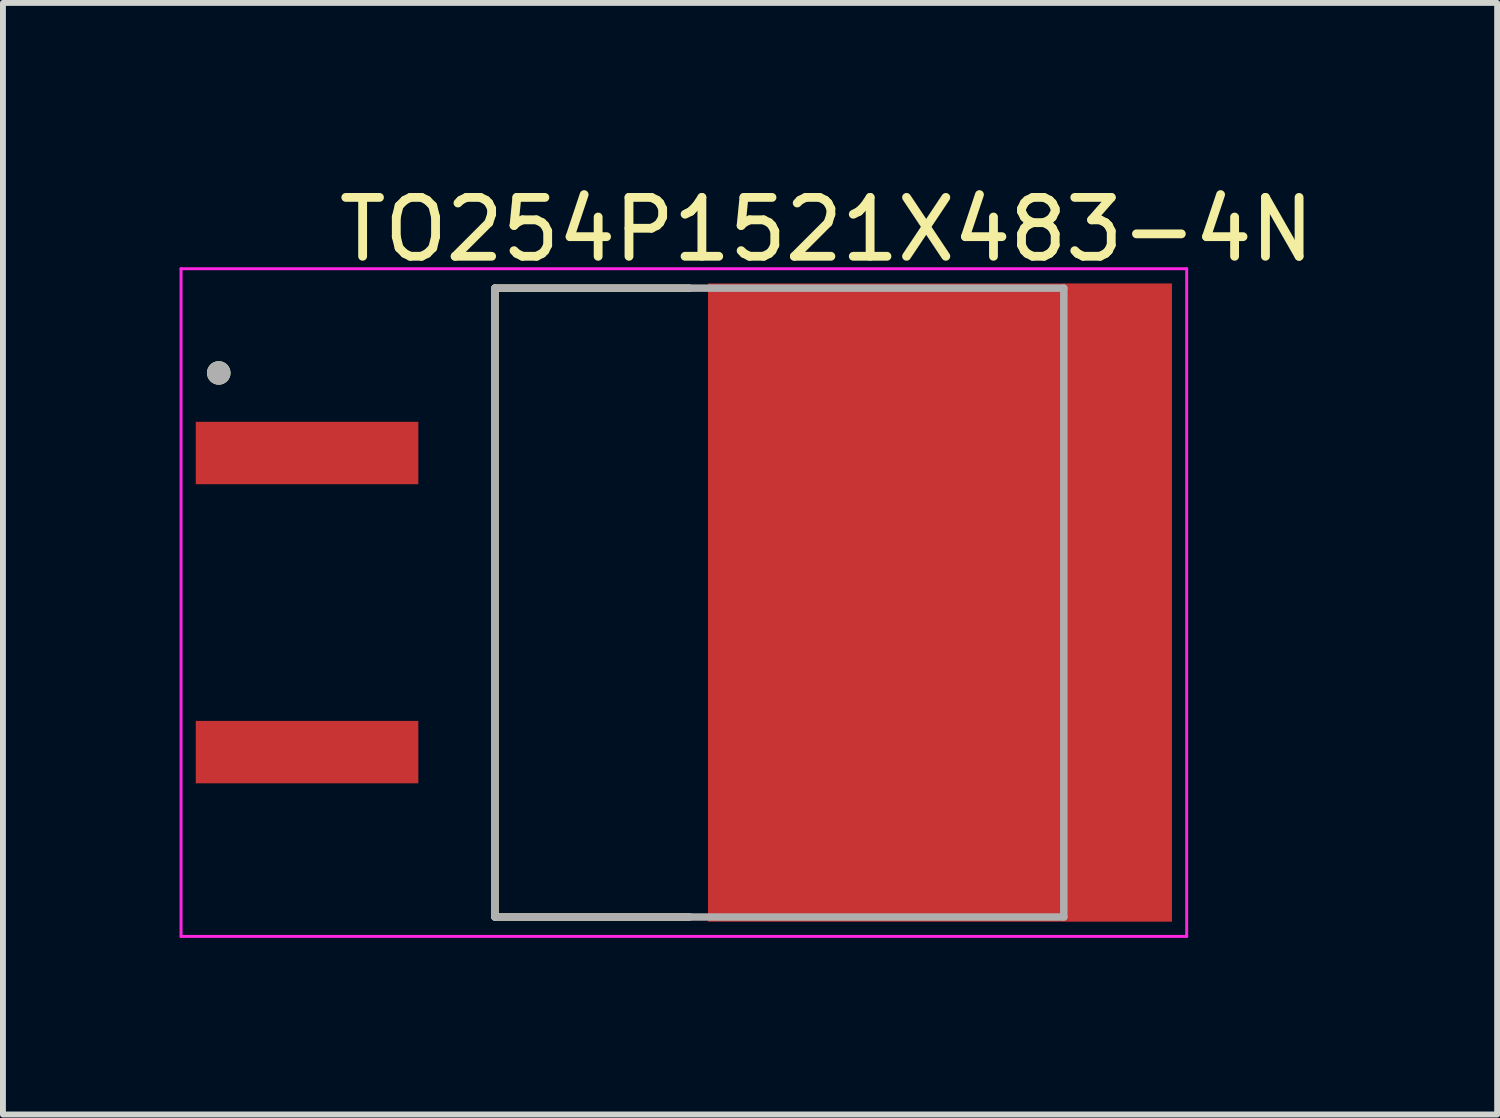
<source format=kicad_pcb>
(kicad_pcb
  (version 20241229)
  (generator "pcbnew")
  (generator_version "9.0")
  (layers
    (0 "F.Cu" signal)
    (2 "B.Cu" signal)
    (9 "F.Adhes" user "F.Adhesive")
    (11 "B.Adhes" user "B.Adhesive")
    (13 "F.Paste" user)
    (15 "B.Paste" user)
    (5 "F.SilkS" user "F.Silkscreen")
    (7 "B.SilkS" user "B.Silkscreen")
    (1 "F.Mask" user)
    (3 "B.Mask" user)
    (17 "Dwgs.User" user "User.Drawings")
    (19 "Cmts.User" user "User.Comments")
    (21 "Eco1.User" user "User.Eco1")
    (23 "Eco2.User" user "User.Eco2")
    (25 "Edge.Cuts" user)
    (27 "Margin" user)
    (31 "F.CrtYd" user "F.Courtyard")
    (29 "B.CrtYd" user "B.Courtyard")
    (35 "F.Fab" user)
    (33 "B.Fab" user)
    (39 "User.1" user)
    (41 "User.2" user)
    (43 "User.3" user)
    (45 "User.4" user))
  (footprint "TO254P1521X483-4N"
    (layer "F.Cu")
    (at 8.565 7.184)
    (property "Reference" "TO254P1521X483-4N" (at 2.425 -6.336 0) (layer "F.SilkS") (effects (font (size 1 1) (thickness 0.15))))
    (attr through_hole)
    (fp_line (start -3.208 -5.34) (end 0.097 -5.34) (stroke (width 0.127) (type solid)) (layer "F.SilkS"))
    (fp_line (start -3.208 5.34) (end -3.208 -5.34) (stroke (width 0.127) (type solid)) (layer "F.SilkS"))
    (fp_line (start -3.208 5.34) (end 0.097 5.34) (stroke (width 0.127) (type solid)) (layer "F.SilkS"))
    (fp_circle (center -7.9 -3.9) (end -7.8 -3.9) (stroke (width 0.2) (type solid)) (fill no) (layer "F.SilkS"))
    (fp_poly (pts (xy 1.56 -3.83) (xy 7.14 -3.83) (xy 7.14 3.83) (xy 1.56 3.83)) (stroke (width 0.01) (type solid)) (fill yes) (layer "F.Paste"))
    (fp_line (start -8.54 -5.67) (end -8.54 5.67) (stroke (width 0.05) (type solid)) (layer "F.CrtYd"))
    (fp_line (start -8.54 5.67) (end 8.54 5.67) (stroke (width 0.05) (type solid)) (layer "F.CrtYd"))
    (fp_line (start 8.54 -5.67) (end -8.54 -5.67) (stroke (width 0.05) (type solid)) (layer "F.CrtYd"))
    (fp_line (start 8.54 5.67) (end 8.54 -5.67) (stroke (width 0.05) (type solid)) (layer "F.CrtYd"))
    (fp_line (start -3.208 -5.34) (end 6.453 -5.34) (stroke (width 0.127) (type solid)) (layer "F.Fab"))
    (fp_line (start -3.208 5.34) (end -3.208 -5.34) (stroke (width 0.127) (type solid)) (layer "F.Fab"))
    (fp_line (start 6.453 -5.34) (end 6.453 5.34) (stroke (width 0.127) (type solid)) (layer "F.Fab"))
    (fp_line (start 6.453 5.34) (end -3.208 5.34) (stroke (width 0.127) (type solid)) (layer "F.Fab"))
    (fp_circle (center -7.9 -3.9) (end -7.8 -3.9) (stroke (width 0.2) (type solid)) (fill no) (layer "F.Fab"))
    (pad "1" smd rect (at -6.4 -2.54) (size 3.78 1.06) (layers "F.Cu" "F.Mask" "F.Paste"))
    (pad "3" smd rect (at -6.4 2.54) (size 3.78 1.06) (layers "F.Cu" "F.Mask" "F.Paste"))
    (pad "4" smd rect (at 4.35 0) (size 7.88 10.84) (layers "F.Cu" "F.Mask")))
  (gr_rect
    (start -3 -3)
    (end 22.378 15.879)
    (stroke (width 0.1) (type default))
    (fill no)
    (layer "Edge.Cuts")))
</source>
